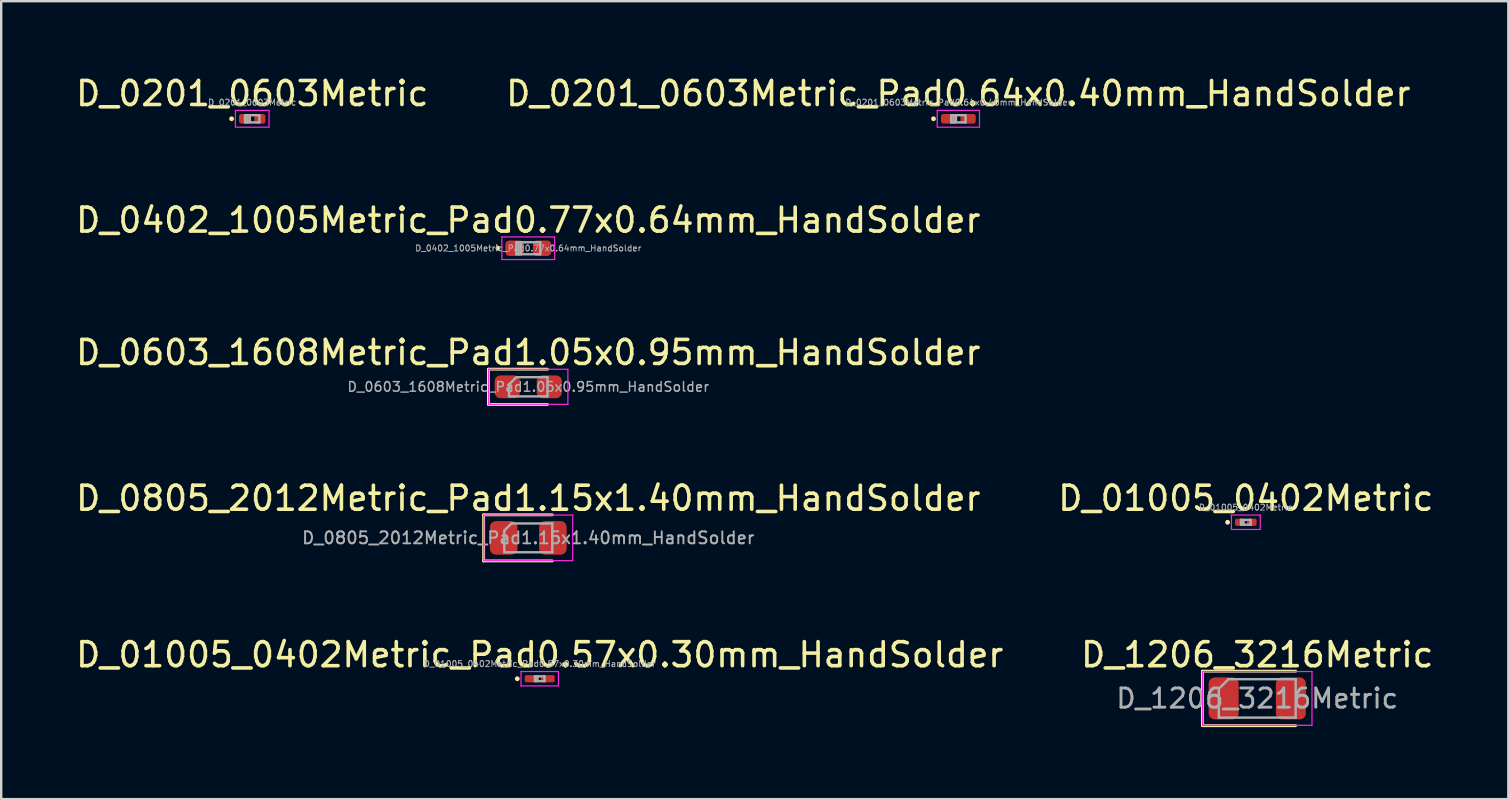
<source format=kicad_pcb>
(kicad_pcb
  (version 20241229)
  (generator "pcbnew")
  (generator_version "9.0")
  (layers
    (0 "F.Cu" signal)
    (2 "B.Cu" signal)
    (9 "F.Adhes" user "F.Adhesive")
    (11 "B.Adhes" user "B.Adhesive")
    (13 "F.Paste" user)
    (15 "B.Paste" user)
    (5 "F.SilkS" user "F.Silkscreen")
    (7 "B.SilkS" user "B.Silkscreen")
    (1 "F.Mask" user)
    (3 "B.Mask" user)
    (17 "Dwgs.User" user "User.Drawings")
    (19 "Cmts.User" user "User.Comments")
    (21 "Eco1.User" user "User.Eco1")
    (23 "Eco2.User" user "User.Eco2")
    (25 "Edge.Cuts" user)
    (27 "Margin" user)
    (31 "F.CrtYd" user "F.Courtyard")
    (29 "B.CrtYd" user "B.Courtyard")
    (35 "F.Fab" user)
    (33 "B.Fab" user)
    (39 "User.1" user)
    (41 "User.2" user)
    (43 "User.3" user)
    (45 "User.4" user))
  (footprint "D_0201_0603Metric_Pad0.64x0.40mm_HandSolder"
    (layer "F.Cu")
    (at 36.875 1.898)
    (property "Reference" "D_0201_0603Metric_Pad0.64x0.40mm_HandSolder" (at 0 -1.05 0) (layer "F.SilkS") (effects (font (size 1 1) (thickness 0.15))))
    (attr smd)
    (fp_circle (center -1.035 0) (end -0.985 0) (stroke (width 0.1) (type solid)) (fill no) (layer "F.SilkS"))
    (fp_line (start -0.88 -0.35) (end 0.88 -0.35) (stroke (width 0.05) (type solid)) (layer "F.CrtYd"))
    (fp_line (start -0.88 0.35) (end -0.88 -0.35) (stroke (width 0.05) (type solid)) (layer "F.CrtYd"))
    (fp_line (start 0.88 -0.35) (end 0.88 0.35) (stroke (width 0.05) (type solid)) (layer "F.CrtYd"))
    (fp_line (start 0.88 0.35) (end -0.88 0.35) (stroke (width 0.05) (type solid)) (layer "F.CrtYd"))
    (fp_line (start -0.3 -0.15) (end 0.3 -0.15) (stroke (width 0.1) (type solid)) (layer "F.Fab"))
    (fp_line (start -0.3 0.15) (end -0.3 -0.15) (stroke (width 0.1) (type solid)) (layer "F.Fab"))
    (fp_line (start -0.2 0.15) (end -0.2 -0.15) (stroke (width 0.1) (type solid)) (layer "F.Fab"))
    (fp_line (start -0.1 0.15) (end -0.1 -0.15) (stroke (width 0.1) (type solid)) (layer "F.Fab"))
    (fp_line (start 0.3 -0.15) (end 0.3 0.15) (stroke (width 0.1) (type solid)) (layer "F.Fab"))
    (fp_line (start 0.3 0.15) (end -0.3 0.15) (stroke (width 0.1) (type solid)) (layer "F.Fab"))
    (fp_text user "${REFERENCE}" (at 0 -0.68 0) (layer "F.Fab") (effects (font (size 0.25 0.25) (thickness 0.04))))
    (pad "" smd roundrect (at -0.432 0) (size 0.458 0.36) (layers "F.Paste") (roundrect_rratio 0.25))
    (pad "" smd roundrect (at 0.432 0) (size 0.458 0.36) (layers "F.Paste") (roundrect_rratio 0.25))
    (pad "1" smd roundrect (at -0.407 0) (size 0.635 0.4) (layers "F.Cu" "F.Mask") (roundrect_rratio 0.25))
    (pad "2" smd roundrect (at 0.407 0) (size 0.635 0.4) (layers "F.Cu" "F.Mask") (roundrect_rratio 0.25)))
  (footprint "D_0201_0603Metric"
    (layer "F.Cu")
    (at 7.458 1.898)
    (property "Reference" "D_0201_0603Metric" (at 0 -1.05 0) (layer "F.SilkS") (effects (font (size 1 1) (thickness 0.15))))
    (attr smd)
    (fp_circle (center -0.86 0) (end -0.81 0) (stroke (width 0.1) (type solid)) (fill no) (layer "F.SilkS"))
    (fp_line (start -0.7 -0.35) (end 0.7 -0.35) (stroke (width 0.05) (type solid)) (layer "F.CrtYd"))
    (fp_line (start -0.7 0.35) (end -0.7 -0.35) (stroke (width 0.05) (type solid)) (layer "F.CrtYd"))
    (fp_line (start 0.7 -0.35) (end 0.7 0.35) (stroke (width 0.05) (type solid)) (layer "F.CrtYd"))
    (fp_line (start 0.7 0.35) (end -0.7 0.35) (stroke (width 0.05) (type solid)) (layer "F.CrtYd"))
    (fp_line (start -0.3 -0.15) (end 0.3 -0.15) (stroke (width 0.1) (type solid)) (layer "F.Fab"))
    (fp_line (start -0.3 0.15) (end -0.3 -0.15) (stroke (width 0.1) (type solid)) (layer "F.Fab"))
    (fp_line (start -0.2 0.15) (end -0.2 -0.15) (stroke (width 0.1) (type solid)) (layer "F.Fab"))
    (fp_line (start -0.1 0.15) (end -0.1 -0.15) (stroke (width 0.1) (type solid)) (layer "F.Fab"))
    (fp_line (start 0.3 -0.15) (end 0.3 0.15) (stroke (width 0.1) (type solid)) (layer "F.Fab"))
    (fp_line (start 0.3 0.15) (end -0.3 0.15) (stroke (width 0.1) (type solid)) (layer "F.Fab"))
    (fp_text user "${REFERENCE}" (at 0 -0.68 0) (layer "F.Fab") (effects (font (size 0.25 0.25) (thickness 0.04))))
    (pad "" smd roundrect (at -0.345 0) (size 0.318 0.36) (layers "F.Paste") (roundrect_rratio 0.25))
    (pad "" smd roundrect (at 0.345 0) (size 0.318 0.36) (layers "F.Paste") (roundrect_rratio 0.25))
    (pad "1" smd roundrect (at -0.32 0) (size 0.46 0.4) (layers "F.Cu" "F.Mask") (roundrect_rratio 0.25))
    (pad "2" smd roundrect (at 0.32 0) (size 0.46 0.4) (layers "F.Cu" "F.Mask") (roundrect_rratio 0.25)))
  (footprint "D_1206_3216Metric"
    (layer "F.Cu")
    (at 49.327 26.046)
    (property "Reference" "D_1206_3216Metric" (at 0 -1.82 0) (layer "F.SilkS") (effects (font (size 1 1) (thickness 0.15))))
    (attr smd)
    (fp_line (start -2.285 -1.135) (end -2.285 1.135) (stroke (width 0.12) (type solid)) (layer "F.SilkS"))
    (fp_line (start -2.285 1.135) (end 1.6 1.135) (stroke (width 0.12) (type solid)) (layer "F.SilkS"))
    (fp_line (start 1.6 -1.135) (end -2.285 -1.135) (stroke (width 0.12) (type solid)) (layer "F.SilkS"))
    (fp_line (start -2.28 -1.12) (end 2.28 -1.12) (stroke (width 0.05) (type solid)) (layer "F.CrtYd"))
    (fp_line (start -2.28 1.12) (end -2.28 -1.12) (stroke (width 0.05) (type solid)) (layer "F.CrtYd"))
    (fp_line (start 2.28 -1.12) (end 2.28 1.12) (stroke (width 0.05) (type solid)) (layer "F.CrtYd"))
    (fp_line (start 2.28 1.12) (end -2.28 1.12) (stroke (width 0.05) (type solid)) (layer "F.CrtYd"))
    (fp_line (start -1.6 -0.4) (end -1.6 0.8) (stroke (width 0.1) (type solid)) (layer "F.Fab"))
    (fp_line (start -1.6 0.8) (end 1.6 0.8) (stroke (width 0.1) (type solid)) (layer "F.Fab"))
    (fp_line (start -1.2 -0.8) (end -1.6 -0.4) (stroke (width 0.1) (type solid)) (layer "F.Fab"))
    (fp_line (start 1.6 -0.8) (end -1.2 -0.8) (stroke (width 0.1) (type solid)) (layer "F.Fab"))
    (fp_line (start 1.6 0.8) (end 1.6 -0.8) (stroke (width 0.1) (type solid)) (layer "F.Fab"))
    (fp_text user "${REFERENCE}" (at 0 0 0) (layer "F.Fab") (effects (font (size 0.8 0.8) (thickness 0.12))))
    (pad "1" smd roundrect (at -1.4 0) (size 1.25 1.75) (layers "F.Cu" "F.Mask" "F.Paste") (roundrect_rratio 0.2))
    (pad "2" smd roundrect (at 1.4 0) (size 1.25 1.75) (layers "F.Cu" "F.Mask" "F.Paste") (roundrect_rratio 0.2)))
  (footprint "D_0402_1005Metric_Pad0.77x0.64mm_HandSolder"
    (layer "F.Cu")
    (at 18.958 7.292)
    (property "Reference" "D_0402_1005Metric_Pad0.77x0.64mm_HandSolder" (at 0 -1.17 0) (layer "F.SilkS") (effects (font (size 1 1) (thickness 0.15))))
    (attr smd)
    (fp_circle (center -1.265 0) (end -1.215 0) (stroke (width 0.1) (type solid)) (fill no) (layer "F.SilkS"))
    (fp_line (start -1.1 -0.47) (end 1.1 -0.47) (stroke (width 0.05) (type solid)) (layer "F.CrtYd"))
    (fp_line (start -1.1 0.47) (end -1.1 -0.47) (stroke (width 0.05) (type solid)) (layer "F.CrtYd"))
    (fp_line (start 1.1 -0.47) (end 1.1 0.47) (stroke (width 0.05) (type solid)) (layer "F.CrtYd"))
    (fp_line (start 1.1 0.47) (end -1.1 0.47) (stroke (width 0.05) (type solid)) (layer "F.CrtYd"))
    (fp_line (start -0.5 -0.25) (end 0.5 -0.25) (stroke (width 0.1) (type solid)) (layer "F.Fab"))
    (fp_line (start -0.5 0.25) (end -0.5 -0.25) (stroke (width 0.1) (type solid)) (layer "F.Fab"))
    (fp_line (start -0.4 0.25) (end -0.4 -0.25) (stroke (width 0.1) (type solid)) (layer "F.Fab"))
    (fp_line (start -0.3 0.25) (end -0.3 -0.25) (stroke (width 0.1) (type solid)) (layer "F.Fab"))
    (fp_line (start 0.5 -0.25) (end 0.5 0.25) (stroke (width 0.1) (type solid)) (layer "F.Fab"))
    (fp_line (start 0.5 0.25) (end -0.5 0.25) (stroke (width 0.1) (type solid)) (layer "F.Fab"))
    (fp_text user "${REFERENCE}" (at 0 0 0) (layer "F.Fab") (effects (font (size 0.25 0.25) (thickness 0.04))))
    (pad "1" smd roundrect (at -0.573 0) (size 0.765 0.64) (layers "F.Cu" "F.Mask" "F.Paste") (roundrect_rratio 0.25))
    (pad "2" smd roundrect (at 0.573 0) (size 0.765 0.64) (layers "F.Cu" "F.Mask" "F.Paste") (roundrect_rratio 0.25)))
  (footprint "D_01005_0402Metric_Pad0.57x0.30mm_HandSolder"
    (layer "F.Cu")
    (at 19.435 25.226)
    (property "Reference" "D_01005_0402Metric_Pad0.57x0.30mm_HandSolder" (at 0 -1 0) (layer "F.SilkS") (effects (font (size 1 1) (thickness 0.15))))
    (attr smd)
    (fp_circle (center -0.935 0) (end -0.885 0) (stroke (width 0.1) (type solid)) (fill no) (layer "F.SilkS"))
    (fp_line (start -0.78 -0.3) (end 0.78 -0.3) (stroke (width 0.05) (type solid)) (layer "F.CrtYd"))
    (fp_line (start -0.78 0.3) (end -0.78 -0.3) (stroke (width 0.05) (type solid)) (layer "F.CrtYd"))
    (fp_line (start 0.78 -0.3) (end 0.78 0.3) (stroke (width 0.05) (type solid)) (layer "F.CrtYd"))
    (fp_line (start 0.78 0.3) (end -0.78 0.3) (stroke (width 0.05) (type solid)) (layer "F.CrtYd"))
    (fp_line (start -0.2 -0.1) (end 0.2 -0.1) (stroke (width 0.1) (type solid)) (layer "F.Fab"))
    (fp_line (start -0.2 0.1) (end -0.2 -0.1) (stroke (width 0.1) (type solid)) (layer "F.Fab"))
    (fp_line (start -0.1 0.1) (end -0.1 -0.1) (stroke (width 0.1) (type solid)) (layer "F.Fab"))
    (fp_line (start 0.2 -0.1) (end 0.2 0.1) (stroke (width 0.1) (type solid)) (layer "F.Fab"))
    (fp_line (start 0.2 0.1) (end -0.2 0.1) (stroke (width 0.1) (type solid)) (layer "F.Fab"))
    (fp_text user "${REFERENCE}" (at 0 -0.62 0) (layer "F.Fab") (effects (font (size 0.25 0.25) (thickness 0.04))))
    (pad "" smd roundrect (at -0.362 0) (size 0.41 0.27) (layers "F.Paste") (roundrect_rratio 0.25))
    (pad "" smd roundrect (at 0.362 0) (size 0.41 0.27) (layers "F.Paste") (roundrect_rratio 0.25))
    (pad "1" smd roundrect (at -0.338 0) (size 0.575 0.3) (layers "F.Cu" "F.Mask") (roundrect_rratio 0.25))
    (pad "2" smd roundrect (at 0.338 0) (size 0.575 0.3) (layers "F.Cu" "F.Mask") (roundrect_rratio 0.25)))
  (footprint "D_0805_2012Metric_Pad1.15x1.40mm_HandSolder"
    (layer "F.Cu")
    (at 18.958 19.358)
    (property "Reference" "D_0805_2012Metric_Pad1.15x1.40mm_HandSolder" (at 0 -1.65 0) (layer "F.SilkS") (effects (font (size 1 1) (thickness 0.15))))
    (attr smd)
    (fp_line (start -1.86 -0.96) (end -1.86 0.96) (stroke (width 0.12) (type solid)) (layer "F.SilkS"))
    (fp_line (start -1.86 0.96) (end 1 0.96) (stroke (width 0.12) (type solid)) (layer "F.SilkS"))
    (fp_line (start 1 -0.96) (end -1.86 -0.96) (stroke (width 0.12) (type solid)) (layer "F.SilkS"))
    (fp_line (start -1.85 -0.95) (end 1.85 -0.95) (stroke (width 0.05) (type solid)) (layer "F.CrtYd"))
    (fp_line (start -1.85 0.95) (end -1.85 -0.95) (stroke (width 0.05) (type solid)) (layer "F.CrtYd"))
    (fp_line (start 1.85 -0.95) (end 1.85 0.95) (stroke (width 0.05) (type solid)) (layer "F.CrtYd"))
    (fp_line (start 1.85 0.95) (end -1.85 0.95) (stroke (width 0.05) (type solid)) (layer "F.CrtYd"))
    (fp_line (start -1 -0.3) (end -1 0.6) (stroke (width 0.1) (type solid)) (layer "F.Fab"))
    (fp_line (start -1 0.6) (end 1 0.6) (stroke (width 0.1) (type solid)) (layer "F.Fab"))
    (fp_line (start -0.7 -0.6) (end -1 -0.3) (stroke (width 0.1) (type solid)) (layer "F.Fab"))
    (fp_line (start 1 -0.6) (end -0.7 -0.6) (stroke (width 0.1) (type solid)) (layer "F.Fab"))
    (fp_line (start 1 0.6) (end 1 -0.6) (stroke (width 0.1) (type solid)) (layer "F.Fab"))
    (fp_text user "${REFERENCE}" (at 0 0 0) (layer "F.Fab") (effects (font (size 0.5 0.5) (thickness 0.08))))
    (pad "1" smd roundrect (at -1.025 0) (size 1.15 1.4) (layers "F.Cu" "F.Mask" "F.Paste") (roundrect_rratio 0.217))
    (pad "2" smd roundrect (at 1.025 0) (size 1.15 1.4) (layers "F.Cu" "F.Mask" "F.Paste") (roundrect_rratio 0.217)))
  (footprint "D_0603_1608Metric_Pad1.05x0.95mm_HandSolder"
    (layer "F.Cu")
    (at 18.958 13.065)
    (property "Reference" "D_0603_1608Metric_Pad1.05x0.95mm_HandSolder" (at 0 -1.43 0) (layer "F.SilkS") (effects (font (size 1 1) (thickness 0.15))))
    (attr smd)
    (fp_line (start -1.66 -0.735) (end -1.66 0.735) (stroke (width 0.12) (type solid)) (layer "F.SilkS"))
    (fp_line (start -1.66 0.735) (end 0.8 0.735) (stroke (width 0.12) (type solid)) (layer "F.SilkS"))
    (fp_line (start 0.8 -0.735) (end -1.66 -0.735) (stroke (width 0.12) (type solid)) (layer "F.SilkS"))
    (fp_line (start -1.65 -0.73) (end 1.65 -0.73) (stroke (width 0.05) (type solid)) (layer "F.CrtYd"))
    (fp_line (start -1.65 0.73) (end -1.65 -0.73) (stroke (width 0.05) (type solid)) (layer "F.CrtYd"))
    (fp_line (start 1.65 -0.73) (end 1.65 0.73) (stroke (width 0.05) (type solid)) (layer "F.CrtYd"))
    (fp_line (start 1.65 0.73) (end -1.65 0.73) (stroke (width 0.05) (type solid)) (layer "F.CrtYd"))
    (fp_line (start -0.8 -0.1) (end -0.8 0.4) (stroke (width 0.1) (type solid)) (layer "F.Fab"))
    (fp_line (start -0.8 0.4) (end 0.8 0.4) (stroke (width 0.1) (type solid)) (layer "F.Fab"))
    (fp_line (start -0.5 -0.4) (end -0.8 -0.1) (stroke (width 0.1) (type solid)) (layer "F.Fab"))
    (fp_line (start 0.8 -0.4) (end -0.5 -0.4) (stroke (width 0.1) (type solid)) (layer "F.Fab"))
    (fp_line (start 0.8 0.4) (end 0.8 -0.4) (stroke (width 0.1) (type solid)) (layer "F.Fab"))
    (fp_text user "${REFERENCE}" (at 0 0 0) (layer "F.Fab") (effects (font (size 0.4 0.4) (thickness 0.06))))
    (pad "1" smd roundrect (at -0.875 0) (size 1.05 0.95) (layers "F.Cu" "F.Mask" "F.Paste") (roundrect_rratio 0.25))
    (pad "2" smd roundrect (at 0.875 0) (size 1.05 0.95) (layers "F.Cu" "F.Mask" "F.Paste") (roundrect_rratio 0.25)))
  (footprint "D_01005_0402Metric"
    (layer "F.Cu")
    (at 48.851 18.708)
    (property "Reference" "D_01005_0402Metric" (at 0 -1 0) (layer "F.SilkS") (effects (font (size 1 1) (thickness 0.15))))
    (attr smd)
    (fp_circle (center -0.76 0) (end -0.71 0) (stroke (width 0.1) (type solid)) (fill no) (layer "F.SilkS"))
    (fp_line (start -0.6 -0.3) (end 0.6 -0.3) (stroke (width 0.05) (type solid)) (layer "F.CrtYd"))
    (fp_line (start -0.6 0.3) (end -0.6 -0.3) (stroke (width 0.05) (type solid)) (layer "F.CrtYd"))
    (fp_line (start 0.6 -0.3) (end 0.6 0.3) (stroke (width 0.05) (type solid)) (layer "F.CrtYd"))
    (fp_line (start 0.6 0.3) (end -0.6 0.3) (stroke (width 0.05) (type solid)) (layer "F.CrtYd"))
    (fp_line (start -0.2 -0.1) (end 0.2 -0.1) (stroke (width 0.1) (type solid)) (layer "F.Fab"))
    (fp_line (start -0.2 0.1) (end -0.2 -0.1) (stroke (width 0.1) (type solid)) (layer "F.Fab"))
    (fp_line (start -0.1 0.1) (end -0.1 -0.1) (stroke (width 0.1) (type solid)) (layer "F.Fab"))
    (fp_line (start 0.2 -0.1) (end 0.2 0.1) (stroke (width 0.1) (type solid)) (layer "F.Fab"))
    (fp_line (start 0.2 0.1) (end -0.2 0.1) (stroke (width 0.1) (type solid)) (layer "F.Fab"))
    (fp_text user "${REFERENCE}" (at 0 -0.62 0) (layer "F.Fab") (effects (font (size 0.25 0.25) (thickness 0.04))))
    (pad "" smd roundrect (at -0.275 0) (size 0.27 0.27) (layers "F.Paste") (roundrect_rratio 0.25))
    (pad "" smd roundrect (at 0.275 0) (size 0.27 0.27) (layers "F.Paste") (roundrect_rratio 0.25))
    (pad "1" smd roundrect (at -0.25 0) (size 0.4 0.3) (layers "F.Cu" "F.Mask") (roundrect_rratio 0.25))
    (pad "2" smd roundrect (at 0.25 0) (size 0.4 0.3) (layers "F.Cu" "F.Mask") (roundrect_rratio 0.25)))
  (gr_rect
    (start -3 -3)
    (end 59.786 30.241)
    (stroke (width 0.1) (type default))
    (fill no)
    (layer "Edge.Cuts")))
</source>
